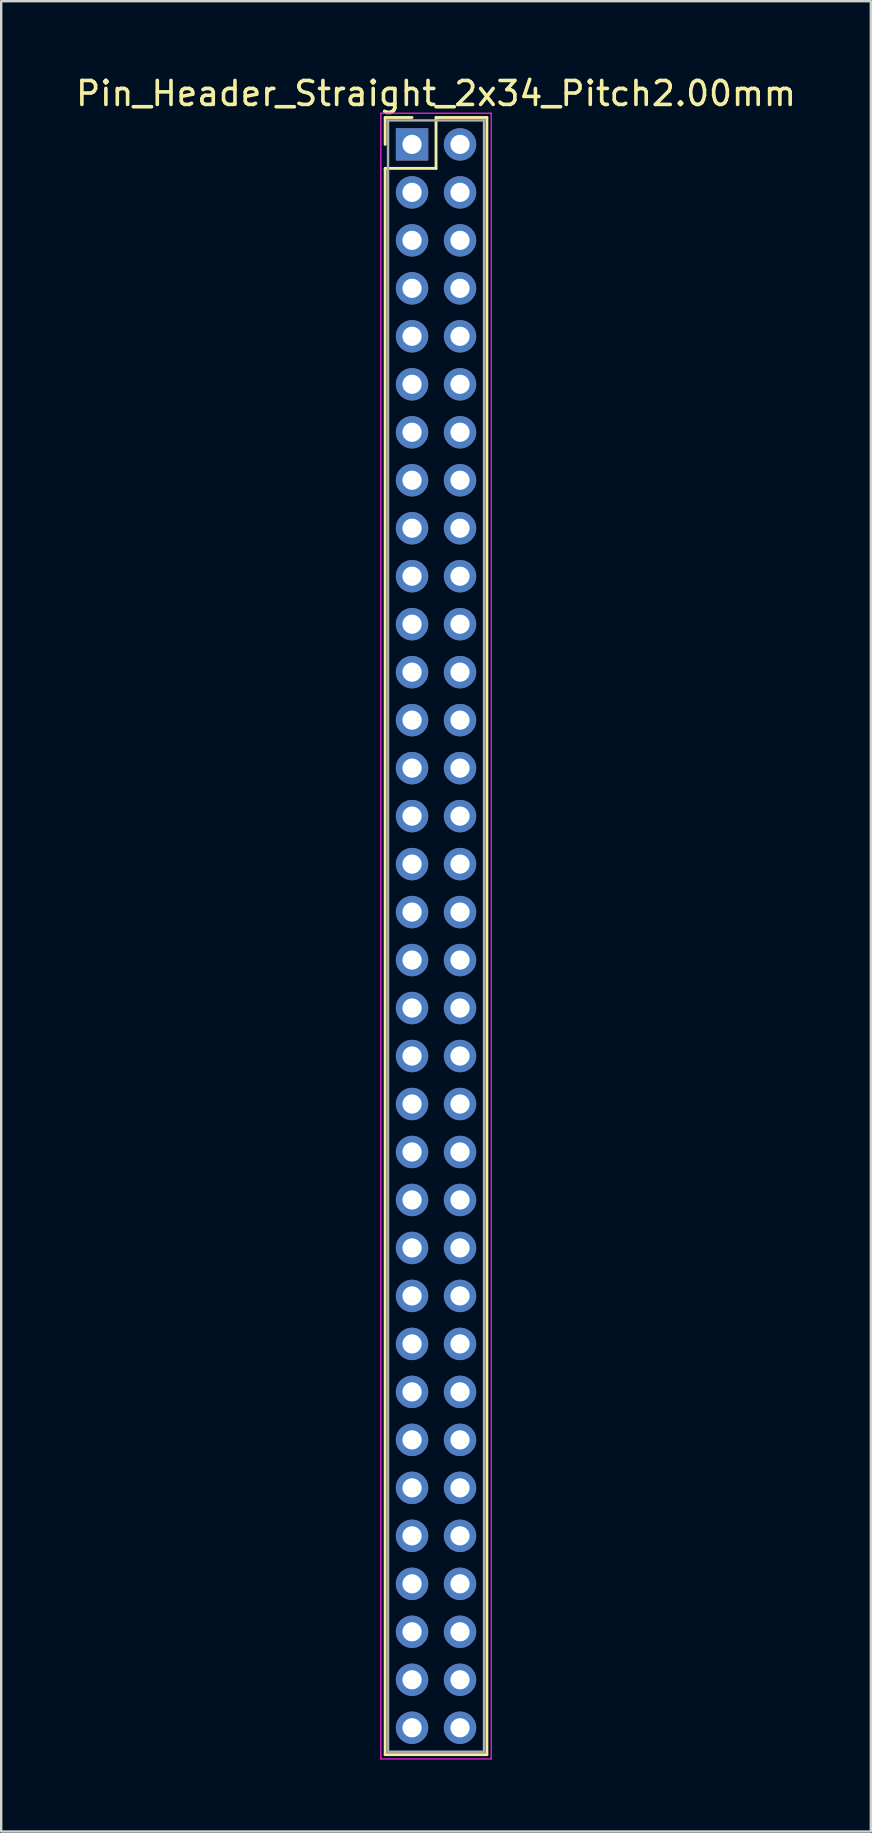
<source format=kicad_pcb>
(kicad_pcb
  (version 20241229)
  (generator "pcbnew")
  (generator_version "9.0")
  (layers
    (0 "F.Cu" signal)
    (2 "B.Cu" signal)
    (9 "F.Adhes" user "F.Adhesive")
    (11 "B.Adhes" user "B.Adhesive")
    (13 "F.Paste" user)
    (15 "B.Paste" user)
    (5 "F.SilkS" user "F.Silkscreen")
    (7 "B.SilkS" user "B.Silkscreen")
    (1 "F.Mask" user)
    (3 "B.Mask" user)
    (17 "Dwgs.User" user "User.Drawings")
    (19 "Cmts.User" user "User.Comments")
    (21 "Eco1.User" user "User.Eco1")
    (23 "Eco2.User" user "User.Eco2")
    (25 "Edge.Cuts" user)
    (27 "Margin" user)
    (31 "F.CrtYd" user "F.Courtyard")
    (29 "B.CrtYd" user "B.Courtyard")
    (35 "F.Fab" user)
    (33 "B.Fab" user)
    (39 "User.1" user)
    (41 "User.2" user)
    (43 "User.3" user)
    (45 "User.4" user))
  (footprint "Pin_Header_Straight_2x34_Pitch2.00mm"
    (layer "F.Cu")
    (at 14.125 2.968)
    (property "Reference" "Pin_Header_Straight_2x34_Pitch2.00mm" (at 1 -2.12 0) (layer "F.SilkS") (effects (font (size 1 1) (thickness 0.15))))
    (attr through_hole)
    (fp_line (start -1.12 -1.12) (end 0 -1.12) (stroke (width 0.12) (type solid)) (layer "F.SilkS"))
    (fp_line (start -1.12 0) (end -1.12 -1.12) (stroke (width 0.12) (type solid)) (layer "F.SilkS"))
    (fp_line (start -1.12 1) (end -1.12 67.12) (stroke (width 0.12) (type solid)) (layer "F.SilkS"))
    (fp_line (start -1.12 67.12) (end 3.12 67.12) (stroke (width 0.12) (type solid)) (layer "F.SilkS"))
    (fp_line (start 1 -1.12) (end 1 1) (stroke (width 0.12) (type solid)) (layer "F.SilkS"))
    (fp_line (start 1 1) (end -1.12 1) (stroke (width 0.12) (type solid)) (layer "F.SilkS"))
    (fp_line (start 3.12 -1.12) (end 1 -1.12) (stroke (width 0.12) (type solid)) (layer "F.SilkS"))
    (fp_line (start 3.12 67.12) (end 3.12 -1.12) (stroke (width 0.12) (type solid)) (layer "F.SilkS"))
    (fp_line (start -1.3 -1.3) (end -1.3 67.3) (stroke (width 0.05) (type solid)) (layer "F.CrtYd"))
    (fp_line (start -1.3 67.3) (end 3.3 67.3) (stroke (width 0.05) (type solid)) (layer "F.CrtYd"))
    (fp_line (start 3.3 -1.3) (end -1.3 -1.3) (stroke (width 0.05) (type solid)) (layer "F.CrtYd"))
    (fp_line (start 3.3 67.3) (end 3.3 -1.3) (stroke (width 0.05) (type solid)) (layer "F.CrtYd"))
    (fp_line (start -1 -1) (end -1 67) (stroke (width 0.1) (type solid)) (layer "F.Fab"))
    (fp_line (start -1 67) (end 3 67) (stroke (width 0.1) (type solid)) (layer "F.Fab"))
    (fp_line (start 3 -1) (end -1 -1) (stroke (width 0.1) (type solid)) (layer "F.Fab"))
    (fp_line (start 3 67) (end 3 -1) (stroke (width 0.1) (type solid)) (layer "F.Fab"))
    (pad "1" thru_hole rect (at 0 0) (size 1.35 1.35) (drill 0.8) (layers "*.Cu" "*.Mask"))
    (pad "2" thru_hole oval (at 2 0) (size 1.35 1.35) (drill 0.8) (layers "*.Cu" "*.Mask"))
    (pad "3" thru_hole oval (at 0 2) (size 1.35 1.35) (drill 0.8) (layers "*.Cu" "*.Mask"))
    (pad "4" thru_hole oval (at 2 2) (size 1.35 1.35) (drill 0.8) (layers "*.Cu" "*.Mask"))
    (pad "5" thru_hole oval (at 0 4) (size 1.35 1.35) (drill 0.8) (layers "*.Cu" "*.Mask"))
    (pad "6" thru_hole oval (at 2 4) (size 1.35 1.35) (drill 0.8) (layers "*.Cu" "*.Mask"))
    (pad "7" thru_hole oval (at 0 6) (size 1.35 1.35) (drill 0.8) (layers "*.Cu" "*.Mask"))
    (pad "8" thru_hole oval (at 2 6) (size 1.35 1.35) (drill 0.8) (layers "*.Cu" "*.Mask"))
    (pad "9" thru_hole oval (at 0 8) (size 1.35 1.35) (drill 0.8) (layers "*.Cu" "*.Mask"))
    (pad "10" thru_hole oval (at 2 8) (size 1.35 1.35) (drill 0.8) (layers "*.Cu" "*.Mask"))
    (pad "11" thru_hole oval (at 0 10) (size 1.35 1.35) (drill 0.8) (layers "*.Cu" "*.Mask"))
    (pad "12" thru_hole oval (at 2 10) (size 1.35 1.35) (drill 0.8) (layers "*.Cu" "*.Mask"))
    (pad "13" thru_hole oval (at 0 12) (size 1.35 1.35) (drill 0.8) (layers "*.Cu" "*.Mask"))
    (pad "14" thru_hole oval (at 2 12) (size 1.35 1.35) (drill 0.8) (layers "*.Cu" "*.Mask"))
    (pad "15" thru_hole oval (at 0 14) (size 1.35 1.35) (drill 0.8) (layers "*.Cu" "*.Mask"))
    (pad "16" thru_hole oval (at 2 14) (size 1.35 1.35) (drill 0.8) (layers "*.Cu" "*.Mask"))
    (pad "17" thru_hole oval (at 0 16) (size 1.35 1.35) (drill 0.8) (layers "*.Cu" "*.Mask"))
    (pad "18" thru_hole oval (at 2 16) (size 1.35 1.35) (drill 0.8) (layers "*.Cu" "*.Mask"))
    (pad "19" thru_hole oval (at 0 18) (size 1.35 1.35) (drill 0.8) (layers "*.Cu" "*.Mask"))
    (pad "20" thru_hole oval (at 2 18) (size 1.35 1.35) (drill 0.8) (layers "*.Cu" "*.Mask"))
    (pad "21" thru_hole oval (at 0 20) (size 1.35 1.35) (drill 0.8) (layers "*.Cu" "*.Mask"))
    (pad "22" thru_hole oval (at 2 20) (size 1.35 1.35) (drill 0.8) (layers "*.Cu" "*.Mask"))
    (pad "23" thru_hole oval (at 0 22) (size 1.35 1.35) (drill 0.8) (layers "*.Cu" "*.Mask"))
    (pad "24" thru_hole oval (at 2 22) (size 1.35 1.35) (drill 0.8) (layers "*.Cu" "*.Mask"))
    (pad "25" thru_hole oval (at 0 24) (size 1.35 1.35) (drill 0.8) (layers "*.Cu" "*.Mask"))
    (pad "26" thru_hole oval (at 2 24) (size 1.35 1.35) (drill 0.8) (layers "*.Cu" "*.Mask"))
    (pad "27" thru_hole oval (at 0 26) (size 1.35 1.35) (drill 0.8) (layers "*.Cu" "*.Mask"))
    (pad "28" thru_hole oval (at 2 26) (size 1.35 1.35) (drill 0.8) (layers "*.Cu" "*.Mask"))
    (pad "29" thru_hole oval (at 0 28) (size 1.35 1.35) (drill 0.8) (layers "*.Cu" "*.Mask"))
    (pad "30" thru_hole oval (at 2 28) (size 1.35 1.35) (drill 0.8) (layers "*.Cu" "*.Mask"))
    (pad "31" thru_hole oval (at 0 30) (size 1.35 1.35) (drill 0.8) (layers "*.Cu" "*.Mask"))
    (pad "32" thru_hole oval (at 2 30) (size 1.35 1.35) (drill 0.8) (layers "*.Cu" "*.Mask"))
    (pad "33" thru_hole oval (at 0 32) (size 1.35 1.35) (drill 0.8) (layers "*.Cu" "*.Mask"))
    (pad "34" thru_hole oval (at 2 32) (size 1.35 1.35) (drill 0.8) (layers "*.Cu" "*.Mask"))
    (pad "35" thru_hole oval (at 0 34) (size 1.35 1.35) (drill 0.8) (layers "*.Cu" "*.Mask"))
    (pad "36" thru_hole oval (at 2 34) (size 1.35 1.35) (drill 0.8) (layers "*.Cu" "*.Mask"))
    (pad "37" thru_hole oval (at 0 36) (size 1.35 1.35) (drill 0.8) (layers "*.Cu" "*.Mask"))
    (pad "38" thru_hole oval (at 2 36) (size 1.35 1.35) (drill 0.8) (layers "*.Cu" "*.Mask"))
    (pad "39" thru_hole oval (at 0 38) (size 1.35 1.35) (drill 0.8) (layers "*.Cu" "*.Mask"))
    (pad "40" thru_hole oval (at 2 38) (size 1.35 1.35) (drill 0.8) (layers "*.Cu" "*.Mask"))
    (pad "41" thru_hole oval (at 0 40) (size 1.35 1.35) (drill 0.8) (layers "*.Cu" "*.Mask"))
    (pad "42" thru_hole oval (at 2 40) (size 1.35 1.35) (drill 0.8) (layers "*.Cu" "*.Mask"))
    (pad "43" thru_hole oval (at 0 42) (size 1.35 1.35) (drill 0.8) (layers "*.Cu" "*.Mask"))
    (pad "44" thru_hole oval (at 2 42) (size 1.35 1.35) (drill 0.8) (layers "*.Cu" "*.Mask"))
    (pad "45" thru_hole oval (at 0 44) (size 1.35 1.35) (drill 0.8) (layers "*.Cu" "*.Mask"))
    (pad "46" thru_hole oval (at 2 44) (size 1.35 1.35) (drill 0.8) (layers "*.Cu" "*.Mask"))
    (pad "47" thru_hole oval (at 0 46) (size 1.35 1.35) (drill 0.8) (layers "*.Cu" "*.Mask"))
    (pad "48" thru_hole oval (at 2 46) (size 1.35 1.35) (drill 0.8) (layers "*.Cu" "*.Mask"))
    (pad "49" thru_hole oval (at 0 48) (size 1.35 1.35) (drill 0.8) (layers "*.Cu" "*.Mask"))
    (pad "50" thru_hole oval (at 2 48) (size 1.35 1.35) (drill 0.8) (layers "*.Cu" "*.Mask"))
    (pad "51" thru_hole oval (at 0 50) (size 1.35 1.35) (drill 0.8) (layers "*.Cu" "*.Mask"))
    (pad "52" thru_hole oval (at 2 50) (size 1.35 1.35) (drill 0.8) (layers "*.Cu" "*.Mask"))
    (pad "53" thru_hole oval (at 0 52) (size 1.35 1.35) (drill 0.8) (layers "*.Cu" "*.Mask"))
    (pad "54" thru_hole oval (at 2 52) (size 1.35 1.35) (drill 0.8) (layers "*.Cu" "*.Mask"))
    (pad "55" thru_hole oval (at 0 54) (size 1.35 1.35) (drill 0.8) (layers "*.Cu" "*.Mask"))
    (pad "56" thru_hole oval (at 2 54) (size 1.35 1.35) (drill 0.8) (layers "*.Cu" "*.Mask"))
    (pad "57" thru_hole oval (at 0 56) (size 1.35 1.35) (drill 0.8) (layers "*.Cu" "*.Mask"))
    (pad "58" thru_hole oval (at 2 56) (size 1.35 1.35) (drill 0.8) (layers "*.Cu" "*.Mask"))
    (pad "59" thru_hole oval (at 0 58) (size 1.35 1.35) (drill 0.8) (layers "*.Cu" "*.Mask"))
    (pad "60" thru_hole oval (at 2 58) (size 1.35 1.35) (drill 0.8) (layers "*.Cu" "*.Mask"))
    (pad "61" thru_hole oval (at 0 60) (size 1.35 1.35) (drill 0.8) (layers "*.Cu" "*.Mask"))
    (pad "62" thru_hole oval (at 2 60) (size 1.35 1.35) (drill 0.8) (layers "*.Cu" "*.Mask"))
    (pad "63" thru_hole oval (at 0 62) (size 1.35 1.35) (drill 0.8) (layers "*.Cu" "*.Mask"))
    (pad "64" thru_hole oval (at 2 62) (size 1.35 1.35) (drill 0.8) (layers "*.Cu" "*.Mask"))
    (pad "65" thru_hole oval (at 0 64) (size 1.35 1.35) (drill 0.8) (layers "*.Cu" "*.Mask"))
    (pad "66" thru_hole oval (at 2 64) (size 1.35 1.35) (drill 0.8) (layers "*.Cu" "*.Mask"))
    (pad "67" thru_hole oval (at 0 66) (size 1.35 1.35) (drill 0.8) (layers "*.Cu" "*.Mask"))
    (pad "68" thru_hole oval (at 2 66) (size 1.35 1.35) (drill 0.8) (layers "*.Cu" "*.Mask")))
  (gr_rect
    (start -3 -3)
    (end 33.25 73.293)
    (stroke (width 0.1) (type default))
    (fill no)
    (layer "Edge.Cuts")))
</source>
